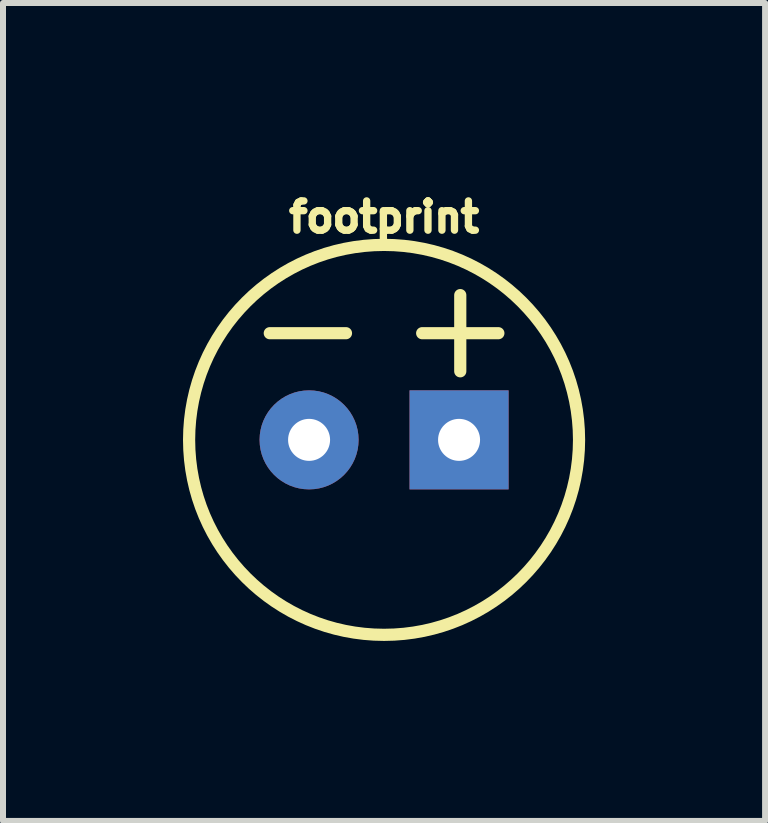
<source format=kicad_pcb>
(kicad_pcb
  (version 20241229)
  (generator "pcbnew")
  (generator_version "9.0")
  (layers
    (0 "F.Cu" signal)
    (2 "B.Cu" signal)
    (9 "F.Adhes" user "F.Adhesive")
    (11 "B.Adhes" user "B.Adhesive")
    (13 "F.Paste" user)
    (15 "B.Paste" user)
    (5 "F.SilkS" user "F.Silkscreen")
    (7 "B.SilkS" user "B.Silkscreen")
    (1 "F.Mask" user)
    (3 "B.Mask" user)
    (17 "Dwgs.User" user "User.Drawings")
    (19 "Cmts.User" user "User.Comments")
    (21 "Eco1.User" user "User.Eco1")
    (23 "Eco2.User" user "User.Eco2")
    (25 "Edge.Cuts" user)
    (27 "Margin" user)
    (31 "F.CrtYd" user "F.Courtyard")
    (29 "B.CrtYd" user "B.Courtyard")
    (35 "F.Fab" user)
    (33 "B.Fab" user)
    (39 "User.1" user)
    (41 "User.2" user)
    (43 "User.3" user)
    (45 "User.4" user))
  (footprint "footprint"
    (layer "F.Cu")
    (at 3.352 4.282)
    (property "Reference" "footprint" (at 0 -3.429 0) (layer "F.SilkS") (effects (font (size 0.488 0.488) (thickness 0.122)) (justify bottom)))
    (fp_line (start -0.635 -1.778) (end -1.905 -1.778) (stroke (width 0.203) (type solid)) (layer "F.SilkS"))
    (fp_line (start 1.27 -2.413) (end 1.27 -1.143) (stroke (width 0.203) (type solid)) (layer "F.SilkS"))
    (fp_line (start 1.905 -1.778) (end 0.635 -1.778) (stroke (width 0.203) (type solid)) (layer "F.SilkS"))
    (fp_circle (center 0 0) (end 3.25 0) (stroke (width 0.203) (type solid)) (fill no) (layer "F.SilkS"))
    (pad "1" thru_hole rect (at 1.25 0) (size 1.651 1.651) (drill 0.7) (layers "*.Cu" "*.Mask"))
    (pad "2" thru_hole circle (at -1.25 0) (size 1.651 1.651) (drill 0.7) (layers "*.Cu" "*.Mask")))
  (gr_rect
    (start -3 -3)
    (end 9.703 10.634)
    (stroke (width 0.1) (type default))
    (fill no)
    (layer "Edge.Cuts")))
</source>
